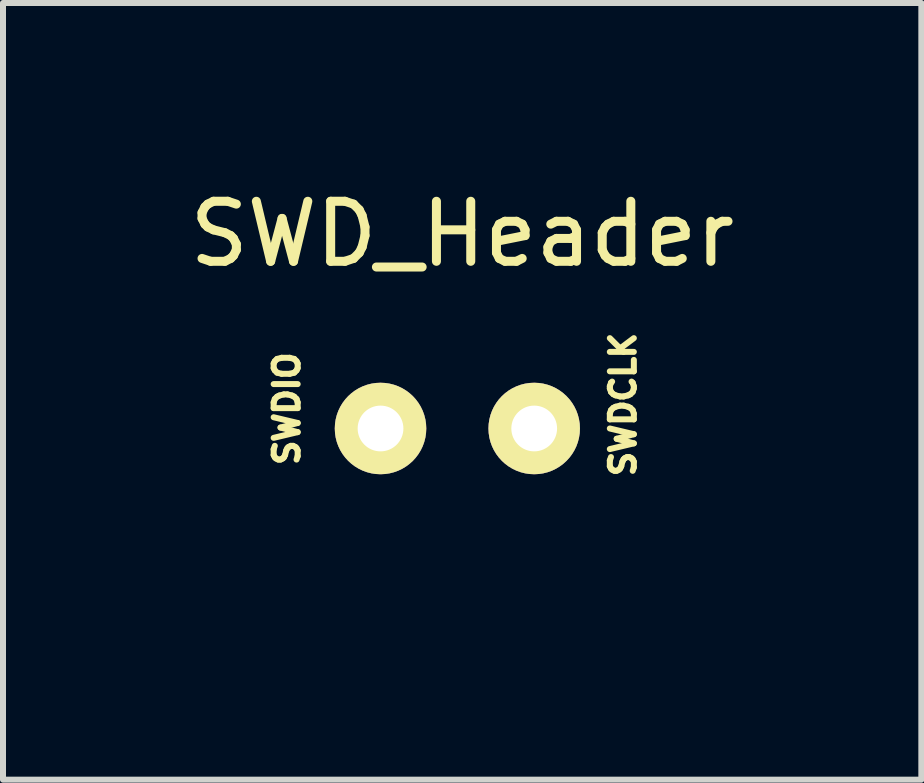
<source format=kicad_pcb>
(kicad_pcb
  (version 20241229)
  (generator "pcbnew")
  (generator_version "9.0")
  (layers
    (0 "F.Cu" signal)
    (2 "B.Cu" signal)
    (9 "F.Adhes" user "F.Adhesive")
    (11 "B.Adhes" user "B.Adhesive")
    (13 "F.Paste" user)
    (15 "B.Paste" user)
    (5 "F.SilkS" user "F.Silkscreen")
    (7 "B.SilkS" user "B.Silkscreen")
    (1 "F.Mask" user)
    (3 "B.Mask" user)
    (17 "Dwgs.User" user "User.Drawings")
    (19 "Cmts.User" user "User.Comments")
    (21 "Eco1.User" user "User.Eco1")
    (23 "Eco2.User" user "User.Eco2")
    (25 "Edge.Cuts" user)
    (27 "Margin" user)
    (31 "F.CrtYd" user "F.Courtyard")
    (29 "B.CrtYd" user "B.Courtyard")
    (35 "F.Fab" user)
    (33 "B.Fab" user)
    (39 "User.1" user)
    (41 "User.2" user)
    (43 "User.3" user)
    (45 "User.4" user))
  (footprint "SWD_Header"
    (layer "F.Cu")
    (at 5.849 6.688)
    (property "Reference" "SWD_Header" (at -1.2 -5.84 0) (layer "F.SilkS") (effects (font (size 1 1) (thickness 0.15))))
    (attr through_hole)
    (fp_text user "SWDIO" (at -4.12 -2.93 90) (layer "F.SilkS") (effects (font (size 0.4 0.4) (thickness 0.1))))
    (fp_text user "SWDCLK" (at 1.48 -3 90) (layer "F.SilkS") (effects (font (size 0.4 0.4) (thickness 0.1))))
    (pad "1" thru_hole circle (at -2.56 -2.6) (size 1.524 1.524) (drill 0.762) (layers "*.Cu" "*.Mask" "F.SilkS"))
    (pad "2" thru_hole circle (at 0 -2.6) (size 1.524 1.524) (drill 0.762) (layers "*.Cu" "*.Mask" "F.SilkS")))
  (gr_rect
    (start -3 -3)
    (end 12.298 9.938)
    (stroke (width 0.1) (type default))
    (fill no)
    (layer "Edge.Cuts")))
</source>
